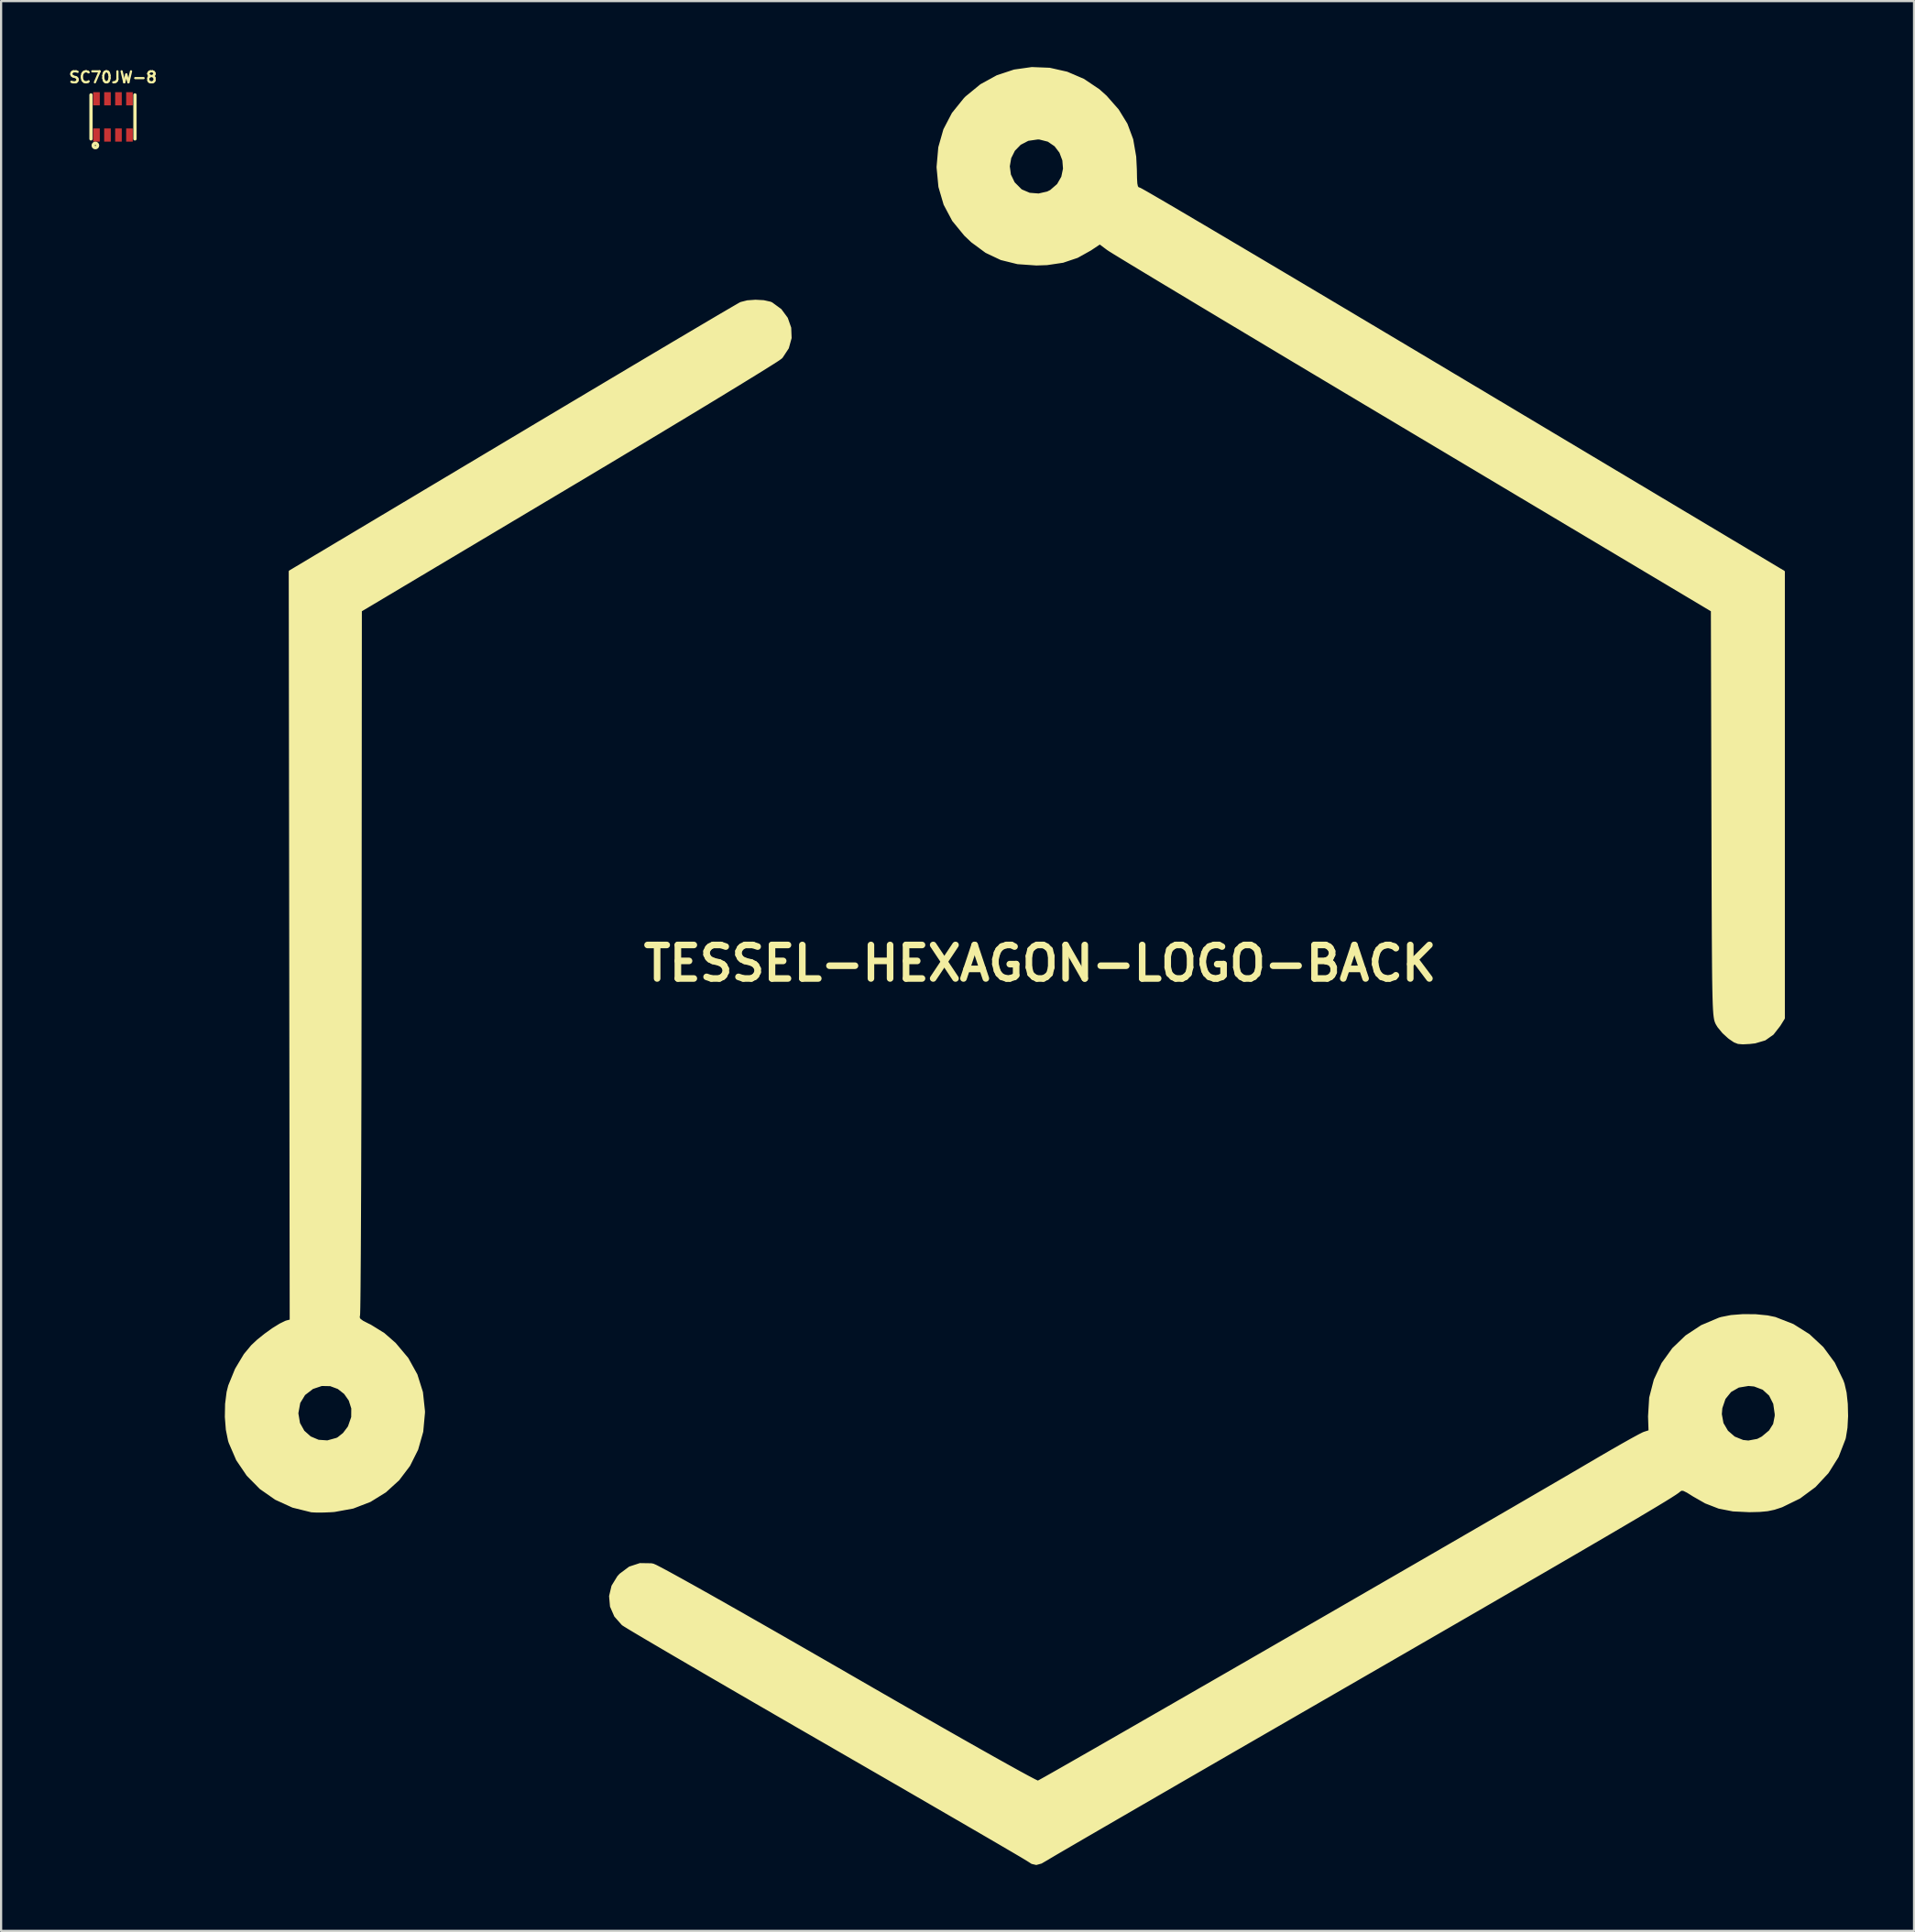
<source format=kicad_pcb>
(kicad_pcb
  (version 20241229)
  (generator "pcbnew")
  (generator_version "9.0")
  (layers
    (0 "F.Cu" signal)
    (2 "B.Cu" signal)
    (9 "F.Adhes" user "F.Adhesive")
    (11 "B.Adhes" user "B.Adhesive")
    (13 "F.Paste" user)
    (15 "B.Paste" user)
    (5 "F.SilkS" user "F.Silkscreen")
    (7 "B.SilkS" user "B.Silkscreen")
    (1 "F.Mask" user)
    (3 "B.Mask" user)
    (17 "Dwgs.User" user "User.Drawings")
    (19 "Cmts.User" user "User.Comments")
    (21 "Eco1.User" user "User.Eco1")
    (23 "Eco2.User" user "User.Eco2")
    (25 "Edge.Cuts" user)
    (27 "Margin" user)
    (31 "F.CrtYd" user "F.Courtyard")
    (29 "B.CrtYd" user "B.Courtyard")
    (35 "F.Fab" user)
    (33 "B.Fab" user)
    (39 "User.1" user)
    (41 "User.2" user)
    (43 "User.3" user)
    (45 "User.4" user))
  (footprint "SC70JW-8"
    (layer "F.Cu")
    (at 2.088 2.268)
    (property "Reference" "SC70JW-8" (at 0 -1.8 0) (layer "F.SilkS") (effects (font (size 0.5 0.5) (thickness 0.1))))
    (attr through_hole)
    (fp_line (start -1 -1) (end -1 1) (stroke (width 0.15) (type solid)) (layer "F.SilkS"))
    (fp_line (start 1 1) (end 1 -1) (stroke (width 0.15) (type solid)) (layer "F.SilkS"))
    (fp_circle (center -0.8 1.3) (end -0.8 1.4) (stroke (width 0.15) (type solid)) (fill no) (layer "F.SilkS"))
    (pad "1" smd rect (at -0.75 0.825) (size 0.3 0.6) (layers "F.Cu" "F.Mask" "F.Paste"))
    (pad "2" smd rect (at -0.25 0.825) (size 0.3 0.6) (layers "F.Cu" "F.Mask" "F.Paste"))
    (pad "3" smd rect (at 0.25 0.75) (size 0.001 0.001) (layers "F.Cu" "F.Mask" "F.Paste"))
    (pad "3" smd rect (at 0.25 0.825) (size 0.3 0.6) (layers "F.Cu" "F.Mask" "F.Paste"))
    (pad "4" smd rect (at 0.75 0.825) (size 0.3 0.6) (layers "F.Cu" "F.Mask" "F.Paste"))
    (pad "5" smd rect (at 0.75 -0.825) (size 0.3 0.6) (layers "F.Cu" "F.Mask" "F.Paste"))
    (pad "6" smd rect (at 0.25 -0.825) (size 0.3 0.6) (layers "F.Cu" "F.Mask" "F.Paste"))
    (pad "7" smd rect (at -0.25 -0.825) (size 0.3 0.6) (layers "F.Cu" "F.Mask" "F.Paste"))
    (pad "8" smd rect (at -0.75 -0.825) (size 0.3 0.6) (layers "F.Cu" "F.Mask" "F.Paste")))
  (footprint "TESSEL-HEXAGON-LOGO-BACK"
    (layer "F.Cu")
    (at 44.254 40.772)
    (property "Reference" "TESSEL-HEXAGON-LOGO-BACK" (at 0 0 0) (layer "F.SilkS") (effects (font (size 1.524 1.524) (thickness 0.3))))
    (attr through_hole)
    (fp_poly (pts (xy -11.35 -28.448) (xy -11.474 -27.998) (xy -11.743 -27.588) (xy -11.777 -27.551) (xy -11.88 -27.476) (xy -12.12 -27.32) (xy -12.487 -27.089) (xy -12.974 -26.787) (xy -13.571 -26.42) (xy -14.269 -25.994) (xy -15.059 -25.513) (xy -15.933 -24.984) (xy -16.881 -24.412) (xy -17.895 -23.802) (xy -18.967 -23.159) (xy -20.086 -22.489) (xy -21.244 -21.797) (xy -21.463 -21.667) (xy -30.896 -16.044) (xy -30.908 -0.127) (xy -30.91 1.505) (xy -30.912 3.093) (xy -30.914 4.628) (xy -30.917 6.103) (xy -30.921 7.509) (xy -30.925 8.837) (xy -30.929 10.079) (xy -30.934 11.226) (xy -30.939 12.271) (xy -30.944 13.205) (xy -30.95 14.019) (xy -30.955 14.705) (xy -30.961 15.254) (xy -30.967 15.659) (xy -30.973 15.91) (xy -30.978 15.999) (xy -30.995 16.111) (xy -30.952 16.203) (xy -30.821 16.3) (xy -30.572 16.429) (xy -30.465 16.48) (xy -29.855 16.857) (xy -29.344 17.304) (xy -28.777 17.98) (xy -28.368 18.718) (xy -28.117 19.515) (xy -28.025 20.371) (xy -28.025 20.441) (xy -28.104 21.303) (xy -28.333 22.107) (xy -28.698 22.838) (xy -29.186 23.483) (xy -29.783 24.027) (xy -30.475 24.456) (xy -31.25 24.755) (xy -31.277 24.76) (xy -31.277 20.242) (xy -31.396 19.869) (xy -31.617 19.554) (xy -31.917 19.319) (xy -32.276 19.186) (xy -32.674 19.178) (xy -33.088 19.317) (xy -33.096 19.321) (xy -33.466 19.605) (xy -33.696 19.983) (xy -33.781 20.447) (xy -33.782 20.488) (xy -33.707 20.929) (xy -33.503 21.294) (xy -33.199 21.565) (xy -32.826 21.724) (xy -32.412 21.753) (xy -31.987 21.636) (xy -31.92 21.602) (xy -31.668 21.401) (xy -31.448 21.11) (xy -31.428 21.073) (xy -31.281 20.651) (xy -31.277 20.242) (xy -31.277 24.76) (xy -32.093 24.909) (xy -32.221 24.919) (xy -32.578 24.934) (xy -32.901 24.936) (xy -33.127 24.925) (xy -33.147 24.922) (xy -33.986 24.714) (xy -34.76 24.361) (xy -35.452 23.878) (xy -36.043 23.279) (xy -36.516 22.581) (xy -36.854 21.799) (xy -36.883 21.707) (xy -36.983 21.213) (xy -37.028 20.638) (xy -37.017 20.048) (xy -36.949 19.509) (xy -36.876 19.219) (xy -36.569 18.468) (xy -36.173 17.807) (xy -35.841 17.406) (xy -35.569 17.152) (xy -35.236 16.885) (xy -34.887 16.635) (xy -34.562 16.434) (xy -34.307 16.309) (xy -34.251 16.292) (xy -34.078 16.248) (xy -34.1 -0.789) (xy -34.122 -17.827) (xy -23.989 -23.878) (xy -22.783 -24.598) (xy -21.614 -25.295) (xy -20.491 -25.964) (xy -19.423 -26.6) (xy -18.418 -27.198) (xy -17.484 -27.753) (xy -16.63 -28.26) (xy -15.864 -28.713) (xy -15.195 -29.109) (xy -14.632 -29.441) (xy -14.183 -29.704) (xy -13.856 -29.895) (xy -13.661 -30.007) (xy -13.607 -30.035) (xy -13.312 -30.111) (xy -12.943 -30.137) (xy -12.572 -30.117) (xy -12.271 -30.049) (xy -12.209 -30.022) (xy -11.803 -29.725) (xy -11.521 -29.343) (xy -11.368 -28.907) (xy -11.35 -28.448)) (stroke (width 0.1) (type solid)) (fill yes) (layer "F.SilkS"))
    (fp_poly (pts (xy 33.824 2.498) (xy 33.626 2.817) (xy 33.321 3.209) (xy 32.964 3.46) (xy 32.518 3.592) (xy 32.276 3.62) (xy 31.963 3.636) (xy 31.753 3.619) (xy 31.582 3.552) (xy 31.384 3.418) (xy 31.325 3.374) (xy 31.072 3.143) (xy 30.854 2.878) (xy 30.776 2.75) (xy 30.75 2.694) (xy 30.726 2.63) (xy 30.705 2.55) (xy 30.687 2.442) (xy 30.67 2.299) (xy 30.656 2.109) (xy 30.644 1.864) (xy 30.634 1.553) (xy 30.625 1.167) (xy 30.617 0.696) (xy 30.611 0.13) (xy 30.606 -0.54) (xy 30.601 -1.324) (xy 30.597 -2.232) (xy 30.593 -3.273) (xy 30.589 -4.458) (xy 30.586 -5.795) (xy 30.583 -6.816) (xy 30.559 -16.044) (xy 17 -24.13) (xy 15.601 -24.965) (xy 14.238 -25.778) (xy 12.919 -26.567) (xy 11.65 -27.325) (xy 10.439 -28.05) (xy 9.294 -28.736) (xy 8.222 -29.378) (xy 7.23 -29.973) (xy 6.326 -30.517) (xy 5.517 -31.003) (xy 4.811 -31.429) (xy 4.214 -31.79) (xy 3.735 -32.081) (xy 3.38 -32.298) (xy 3.158 -32.436) (xy 3.079 -32.488) (xy 2.717 -32.759) (xy 2.293 -32.474) (xy 1.689 -32.137) (xy 1.093 -31.937) (xy 1.093 -36.149) (xy 1.062 -36.537) (xy 0.926 -36.899) (xy 0.694 -37.204) (xy 0.374 -37.423) (xy -0.028 -37.525) (xy -0.105 -37.528) (xy -0.55 -37.464) (xy -0.913 -37.275) (xy -1.187 -36.992) (xy -1.361 -36.643) (xy -1.427 -36.258) (xy -1.375 -35.867) (xy -1.197 -35.499) (xy -0.883 -35.184) (xy -0.847 -35.158) (xy -0.483 -35.003) (xy -0.066 -34.97) (xy 0.337 -35.061) (xy 0.488 -35.136) (xy 0.814 -35.418) (xy 1.013 -35.766) (xy 1.093 -36.149) (xy 1.093 -31.937) (xy 1.042 -31.919) (xy 0.315 -31.811) (xy -0.169 -31.795) (xy -1.019 -31.854) (xy -1.772 -32.04) (xy -2.455 -32.364) (xy -3.095 -32.836) (xy -3.407 -33.132) (xy -3.951 -33.796) (xy -4.34 -34.527) (xy -4.574 -35.327) (xy -4.657 -36.2) (xy -4.657 -36.237) (xy -4.58 -37.115) (xy -4.351 -37.921) (xy -3.967 -38.657) (xy -3.429 -39.324) (xy -3.353 -39.401) (xy -2.685 -39.948) (xy -1.952 -40.351) (xy -1.175 -40.609) (xy -0.374 -40.722) (xy 0.432 -40.69) (xy 1.221 -40.512) (xy 1.974 -40.189) (xy 2.671 -39.72) (xy 2.991 -39.432) (xy 3.533 -38.816) (xy 3.927 -38.174) (xy 4.187 -37.475) (xy 4.323 -36.69) (xy 4.352 -36.11) (xy 4.359 -35.723) (xy 4.373 -35.474) (xy 4.402 -35.331) (xy 4.452 -35.263) (xy 4.529 -35.237) (xy 4.53 -35.237) (xy 4.618 -35.191) (xy 4.845 -35.063) (xy 5.203 -34.856) (xy 5.686 -34.575) (xy 6.286 -34.223) (xy 6.996 -33.804) (xy 7.81 -33.324) (xy 8.72 -32.785) (xy 9.72 -32.193) (xy 10.802 -31.551) (xy 11.96 -30.863) (xy 13.186 -30.134) (xy 14.474 -29.367) (xy 15.817 -28.567) (xy 17.207 -27.739) (xy 18.637 -26.885) (xy 19.262 -26.512) (xy 33.824 -17.813) (xy 33.824 -7.658) (xy 33.824 2.498)) (stroke (width 0.1) (type solid)) (fill yes) (layer "F.SilkS"))
    (fp_poly (pts (xy 36.7 20.597) (xy 36.672 21.125) (xy 36.6 21.57) (xy 36.584 21.632) (xy 36.271 22.439) (xy 35.817 23.162) (xy 35.234 23.789) (xy 34.538 24.304) (xy 33.74 24.694) (xy 33.699 24.709) (xy 33.463 24.786) (xy 33.463 20.513) (xy 33.394 20.026) (xy 33.198 19.635) (xy 32.89 19.354) (xy 32.485 19.201) (xy 32.216 19.177) (xy 31.763 19.252) (xy 31.395 19.463) (xy 31.128 19.794) (xy 30.981 20.226) (xy 30.957 20.511) (xy 31.034 20.931) (xy 31.248 21.295) (xy 31.567 21.572) (xy 31.962 21.732) (xy 32.216 21.759) (xy 32.634 21.682) (xy 32.852 21.569) (xy 33.193 21.283) (xy 33.388 20.972) (xy 33.461 20.598) (xy 33.463 20.513) (xy 33.463 24.786) (xy 33.387 24.811) (xy 33.083 24.875) (xy 32.728 24.908) (xy 32.264 24.919) (xy 32.258 24.919) (xy 31.517 24.884) (xy 30.874 24.758) (xy 30.273 24.525) (xy 29.718 24.208) (xy 29.446 24.038) (xy 29.275 23.953) (xy 29.167 23.941) (xy 29.084 23.99) (xy 29.069 24.005) (xy 29.004 24.057) (xy 28.878 24.143) (xy 28.685 24.267) (xy 28.421 24.431) (xy 28.082 24.637) (xy 27.662 24.888) (xy 27.158 25.188) (xy 26.563 25.539) (xy 25.873 25.944) (xy 25.084 26.405) (xy 24.191 26.926) (xy 23.189 27.509) (xy 22.073 28.156) (xy 20.838 28.872) (xy 19.481 29.658) (xy 17.995 30.517) (xy 16.377 31.452) (xy 14.621 32.466) (xy 12.785 33.526) (xy 11.46 34.291) (xy 10.171 35.035) (xy 8.926 35.754) (xy 7.734 36.443) (xy 6.601 37.098) (xy 5.537 37.714) (xy 4.549 38.286) (xy 3.645 38.81) (xy 2.833 39.281) (xy 2.121 39.694) (xy 1.517 40.046) (xy 1.029 40.33) (xy 0.665 40.543) (xy 0.433 40.68) (xy 0.345 40.734) (xy 0.048 40.906) (xy -0.173 40.967) (xy -0.367 40.922) (xy -0.518 40.824) (xy -0.616 40.763) (xy -0.851 40.622) (xy -1.215 40.408) (xy -1.698 40.125) (xy -2.291 39.779) (xy -2.986 39.375) (xy -3.773 38.918) (xy -4.642 38.414) (xy -5.585 37.867) (xy -6.592 37.284) (xy -7.655 36.67) (xy -8.765 36.029) (xy -9.731 35.471) (xy -10.874 34.812) (xy -11.978 34.173) (xy -13.035 33.561) (xy -14.036 32.98) (xy -14.971 32.437) (xy -15.831 31.936) (xy -16.608 31.483) (xy -17.291 31.082) (xy -17.872 30.741) (xy -18.341 30.463) (xy -18.69 30.254) (xy -18.908 30.12) (xy -18.985 30.069) (xy -19.321 29.688) (xy -19.511 29.251) (xy -19.552 28.789) (xy -19.444 28.332) (xy -19.185 27.91) (xy -19.09 27.806) (xy -18.667 27.49) (xy -18.195 27.334) (xy -17.686 27.342) (xy -17.599 27.359) (xy -17.477 27.412) (xy -17.218 27.546) (xy -16.828 27.756) (xy -16.316 28.038) (xy -15.69 28.386) (xy -14.958 28.797) (xy -14.129 29.266) (xy -13.21 29.789) (xy -12.209 30.36) (xy -11.134 30.976) (xy -9.994 31.631) (xy -8.796 32.321) (xy -8.743 32.352) (xy -7.616 33.002) (xy -6.533 33.625) (xy -5.503 34.215) (xy -4.536 34.767) (xy -3.64 35.277) (xy -2.824 35.739) (xy -2.098 36.148) (xy -1.469 36.499) (xy -0.947 36.788) (xy -0.542 37.008) (xy -0.261 37.156) (xy -0.114 37.226) (xy -0.095 37.231) (xy -0.007 37.185) (xy 0.218 37.06) (xy 0.571 36.86) (xy 1.043 36.592) (xy 1.625 36.259) (xy 2.308 35.869) (xy 3.082 35.425) (xy 3.939 34.933) (xy 4.869 34.398) (xy 5.863 33.827) (xy 6.912 33.223) (xy 8.007 32.593) (xy 9.138 31.941) (xy 10.297 31.273) (xy 11.474 30.594) (xy 12.661 29.909) (xy 13.847 29.224) (xy 15.024 28.544) (xy 16.183 27.874) (xy 17.314 27.22) (xy 18.409 26.587) (xy 19.457 25.98) (xy 20.451 25.404) (xy 21.381 24.865) (xy 22.237 24.367) (xy 23.011 23.917) (xy 23.693 23.52) (xy 24.275 23.18) (xy 24.746 22.904) (xy 24.892 22.818) (xy 25.472 22.478) (xy 26.015 22.163) (xy 26.501 21.885) (xy 26.911 21.655) (xy 27.225 21.484) (xy 27.423 21.383) (xy 27.472 21.362) (xy 27.724 21.281) (xy 27.701 20.61) (xy 27.753 19.76) (xy 27.961 18.955) (xy 28.31 18.209) (xy 28.791 17.541) (xy 29.389 16.967) (xy 30.094 16.503) (xy 30.892 16.166) (xy 30.982 16.139) (xy 31.429 16.05) (xy 31.972 16.008) (xy 32.544 16.013) (xy 33.079 16.065) (xy 33.43 16.138) (xy 34.24 16.455) (xy 34.964 16.911) (xy 35.589 17.494) (xy 36.101 18.189) (xy 36.485 18.983) (xy 36.54 19.135) (xy 36.633 19.54) (xy 36.687 20.048) (xy 36.7 20.597)) (stroke (width 0.1) (type solid)) (fill yes) (layer "F.SilkS")))
  (gr_rect
    (start -3 -3)
    (end 84.004 84.789)
    (stroke (width 0.1) (type default))
    (fill no)
    (layer "Edge.Cuts")))
</source>
